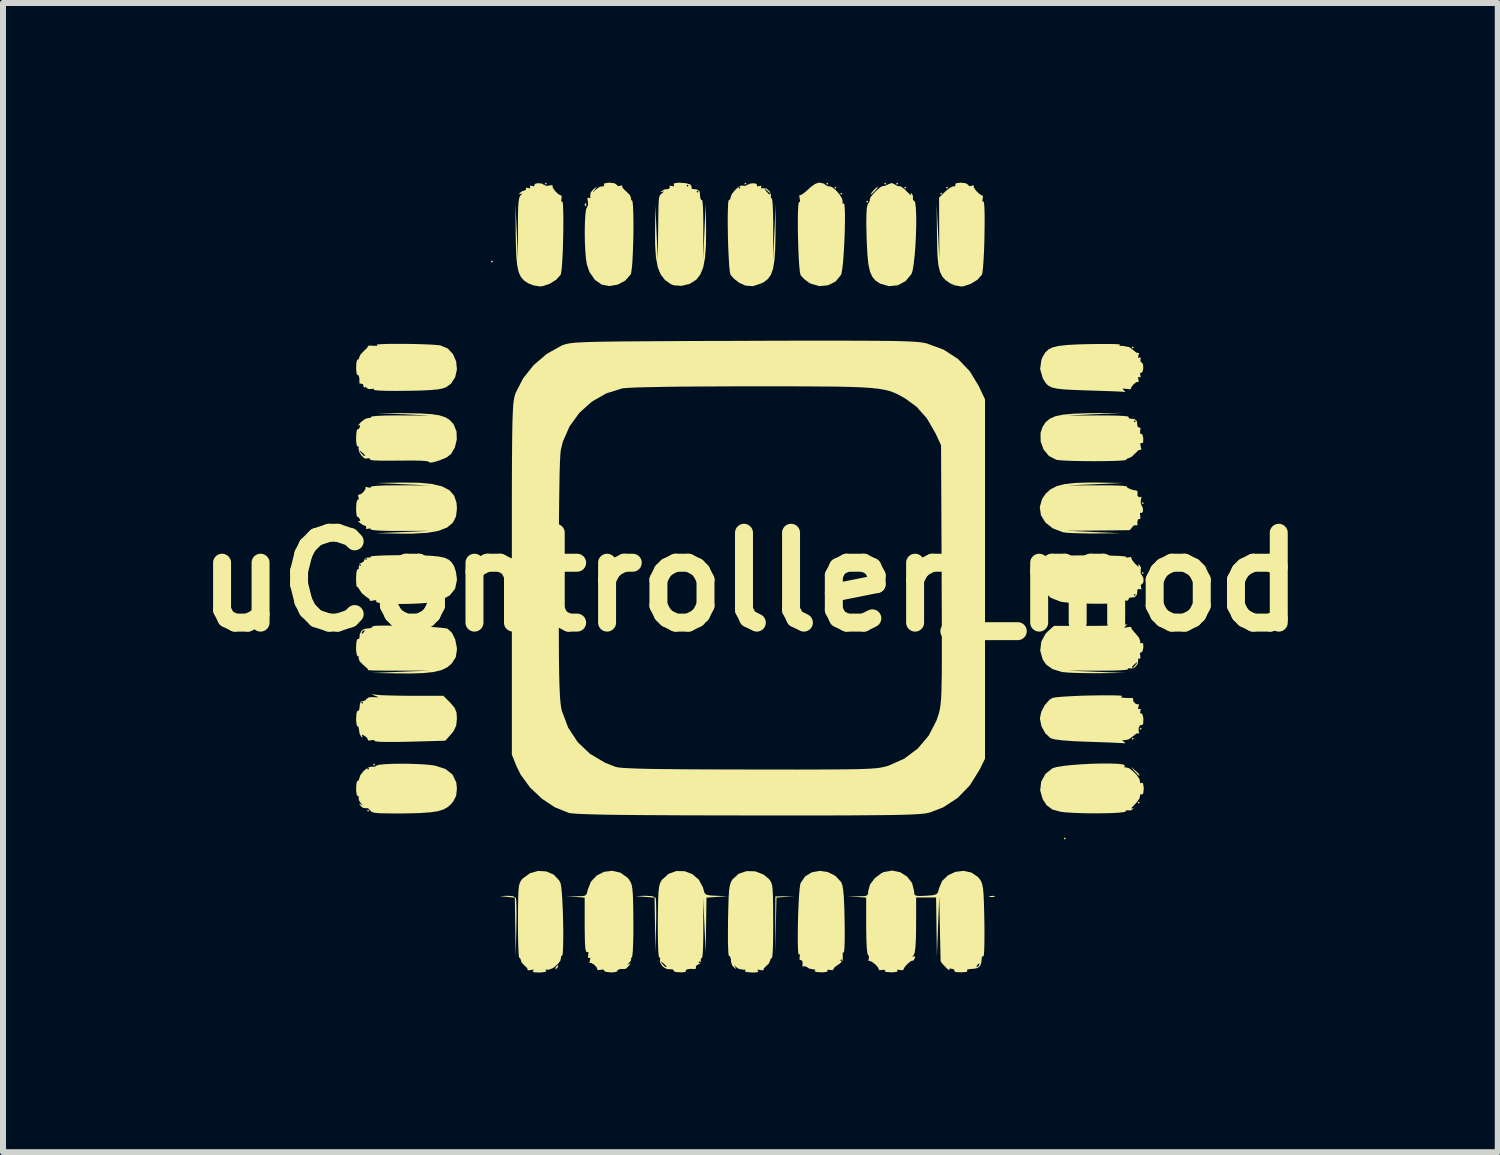
<source format=kicad_pcb>
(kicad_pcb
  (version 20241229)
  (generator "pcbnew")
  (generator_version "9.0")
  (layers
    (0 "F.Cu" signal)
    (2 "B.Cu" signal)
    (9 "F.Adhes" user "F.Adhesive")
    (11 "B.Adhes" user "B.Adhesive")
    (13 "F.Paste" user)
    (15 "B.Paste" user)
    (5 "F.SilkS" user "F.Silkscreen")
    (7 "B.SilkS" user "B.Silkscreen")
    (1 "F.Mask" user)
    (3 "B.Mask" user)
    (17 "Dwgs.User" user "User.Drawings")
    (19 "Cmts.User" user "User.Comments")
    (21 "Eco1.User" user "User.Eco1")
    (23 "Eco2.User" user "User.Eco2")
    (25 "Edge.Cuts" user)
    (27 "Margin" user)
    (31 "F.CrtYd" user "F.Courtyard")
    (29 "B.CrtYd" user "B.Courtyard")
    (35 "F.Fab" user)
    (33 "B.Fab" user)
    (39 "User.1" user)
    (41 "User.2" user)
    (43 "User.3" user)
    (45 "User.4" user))
  (footprint "uController_mod"
    (layer "F.Cu")
    (at 9.479 6.667)
    (property "Reference" "uController_mod" (at 0 0 0) (layer "F.SilkS") (effects (font (size 1.5 1.5) (thickness 0.3))))
    (attr board_only exclude_from_pos_files exclude_from_bom)
    (fp_poly (pts (xy -6.367 3.817) (xy -6.383 3.833) (xy -6.4 3.817) (xy -6.383 3.8)) (stroke (width 0) (type solid)) (fill yes) (layer "F.SilkS"))
    (fp_poly (pts (xy -6.267 3.05) (xy -6.283 3.067) (xy -6.3 3.05) (xy -6.283 3.033)) (stroke (width 0) (type solid)) (fill yes) (layer "F.SilkS"))
    (fp_poly (pts (xy -4.3 -5.35) (xy -4.317 -5.333) (xy -4.333 -5.35) (xy -4.317 -5.367)) (stroke (width 0) (type solid)) (fill yes) (layer "F.SilkS"))
    (fp_poly (pts (xy -3.4 -6.65) (xy -3.417 -6.633) (xy -3.433 -6.65) (xy -3.417 -6.667)) (stroke (width 0) (type solid)) (fill yes) (layer "F.SilkS"))
    (fp_poly (pts (xy -0.067 -6.65) (xy -0.083 -6.633) (xy -0.1 -6.65) (xy -0.083 -6.667)) (stroke (width 0) (type solid)) (fill yes) (layer "F.SilkS"))
    (fp_poly (pts (xy 1.3 -6.65) (xy 1.283 -6.633) (xy 1.267 -6.65) (xy 1.283 -6.667)) (stroke (width 0) (type solid)) (fill yes) (layer "F.SilkS"))
    (fp_poly (pts (xy 1.433 -6.583) (xy 1.417 -6.567) (xy 1.4 -6.583) (xy 1.417 -6.6)) (stroke (width 0) (type solid)) (fill yes) (layer "F.SilkS"))
    (fp_poly (pts (xy 1.533 -6.483) (xy 1.517 -6.467) (xy 1.5 -6.483) (xy 1.517 -6.5)) (stroke (width 0) (type solid)) (fill yes) (layer "F.SilkS"))
    (fp_poly (pts (xy 1.967 -6.35) (xy 1.95 -6.333) (xy 1.933 -6.35) (xy 1.95 -6.367)) (stroke (width 0) (type solid)) (fill yes) (layer "F.SilkS"))
    (fp_poly (pts (xy 2.267 -6.65) (xy 2.25 -6.633) (xy 2.233 -6.65) (xy 2.25 -6.667)) (stroke (width 0) (type solid)) (fill yes) (layer "F.SilkS"))
    (fp_poly (pts (xy 2.467 -6.65) (xy 2.45 -6.633) (xy 2.433 -6.65) (xy 2.45 -6.667)) (stroke (width 0) (type solid)) (fill yes) (layer "F.SilkS"))
    (fp_poly (pts (xy 2.6 -6.583) (xy 2.583 -6.567) (xy 2.567 -6.583) (xy 2.583 -6.6)) (stroke (width 0) (type solid)) (fill yes) (layer "F.SilkS"))
    (fp_poly (pts (xy 3.2 -6.483) (xy 3.183 -6.467) (xy 3.167 -6.483) (xy 3.183 -6.5)) (stroke (width 0) (type solid)) (fill yes) (layer "F.SilkS"))
    (fp_poly (pts (xy 3.3 -6.583) (xy 3.283 -6.567) (xy 3.267 -6.583) (xy 3.283 -6.6)) (stroke (width 0) (type solid)) (fill yes) (layer "F.SilkS"))
    (fp_poly (pts (xy 5.267 4.283) (xy 5.25 4.3) (xy 5.233 4.283) (xy 5.25 4.267)) (stroke (width 0) (type solid)) (fill yes) (layer "F.SilkS"))
    (fp_poly (pts (xy 6.4 -3.917) (xy 6.383 -3.9) (xy 6.367 -3.917) (xy 6.383 -3.933)) (stroke (width 0) (type solid)) (fill yes) (layer "F.SilkS"))
    (fp_poly (pts (xy 6.4 2.617) (xy 6.383 2.633) (xy 6.367 2.617) (xy 6.383 2.6)) (stroke (width 0) (type solid)) (fill yes) (layer "F.SilkS"))
    (fp_poly (pts (xy 6.5 3.683) (xy 6.483 3.7) (xy 6.467 3.683) (xy 6.483 3.667)) (stroke (width 0) (type solid)) (fill yes) (layer "F.SilkS"))
    (fp_poly (pts (xy 6.533 2.45) (xy 6.517 2.467) (xy 6.5 2.45) (xy 6.517 2.433)) (stroke (width 0) (type solid)) (fill yes) (layer "F.SilkS"))
    (fp_poly (pts (xy 6.567 -1.317) (xy 6.55 -1.3) (xy 6.533 -1.317) (xy 6.55 -1.333)) (stroke (width 0) (type solid)) (fill yes) (layer "F.SilkS"))
    (fp_poly (pts (xy 6.567 -0.15) (xy 6.55 -0.133) (xy 6.533 -0.15) (xy 6.55 -0.167)) (stroke (width 0) (type solid)) (fill yes) (layer "F.SilkS"))
    (fp_poly (pts (xy -2.744 -6.322) (xy -2.74 -6.283) (xy -2.744 -6.278) (xy -2.764 -6.282) (xy -2.767 -6.3) (xy -2.754 -6.327)) (stroke (width 0) (type solid)) (fill yes) (layer "F.SilkS"))
    (fp_poly (pts (xy 4.075 5.245) (xy 4.079 5.257) (xy 4.033 5.261) (xy 3.986 5.256) (xy 3.992 5.245) (xy 4.06 5.24)) (stroke (width 0) (type solid)) (fill yes) (layer "F.SilkS"))
    (fp_poly (pts (xy 6.425 3.147) (xy 6.488 3.206) (xy 6.497 3.232) (xy 6.488 3.233) (xy 6.461 3.211) (xy 6.413 3.158) (xy 6.35 3.083)) (stroke (width 0) (type solid)) (fill yes) (layer "F.SilkS"))
    (fp_poly (pts (xy -3.21 6.422) (xy -3.217 6.433) (xy -3.248 6.465) (xy -3.254 6.467) (xy -3.256 6.445) (xy -3.25 6.433) (xy -3.219 6.401) (xy -3.213 6.4)) (stroke (width 0) (type solid)) (fill yes) (layer "F.SilkS"))
    (fp_poly (pts (xy 0.584 5.257) (xy 0.435 5.27) (xy 0.425 5.727) (xy 0.414 6.183) (xy 0.415 5.717) (xy 0.417 5.25) (xy 0.575 5.247) (xy 0.734 5.244)) (stroke (width 0) (type solid)) (fill yes) (layer "F.SilkS"))
    (fp_poly (pts (xy 2.12 -6.579) (xy 2.083 -6.533) (xy 2.033 -6.484) (xy 2.006 -6.467) (xy 2.013 -6.487) (xy 2.05 -6.533) (xy 2.1 -6.583) (xy 2.127 -6.6)) (stroke (width 0) (type solid)) (fill yes) (layer "F.SilkS"))
    (fp_poly (pts (xy -3.963 5.246) (xy -3.916 5.275) (xy -3.915 5.277) (xy -3.909 5.324) (xy -3.906 5.425) (xy -3.905 5.566) (xy -3.907 5.733) (xy -3.908 5.785) (xy -3.919 6.25) (xy -3.926 5.76) (xy -3.933 5.271) (xy -4.058 5.258) (xy -4.183 5.245) (xy -4.057 5.239)) (stroke (width 0) (type solid)) (fill yes) (layer "F.SilkS"))
    (fp_poly (pts (xy -1.641 5.245) (xy -1.584 5.271) (xy -1.581 5.277) (xy -1.576 5.325) (xy -1.573 5.426) (xy -1.572 5.565) (xy -1.575 5.729) (xy -1.575 5.752) (xy -1.586 6.183) (xy -1.593 5.727) (xy -1.6 5.27) (xy -1.758 5.258) (xy -1.917 5.245) (xy -1.757 5.239)) (stroke (width 0) (type solid)) (fill yes) (layer "F.SilkS"))
    (fp_poly (pts (xy 1.228 -6.651) (xy 1.251 -6.632) (xy 1.295 -6.606) (xy 1.309 -6.608) (xy 1.36 -6.595) (xy 1.426 -6.542) (xy 1.489 -6.47) (xy 1.532 -6.397) (xy 1.54 -6.35) (xy 1.539 -6.31) (xy 1.555 -6.322) (xy 1.568 -6.311) (xy 1.575 -6.245) (xy 1.579 -6.136) (xy 1.578 -5.996) (xy 1.575 -5.836) (xy 1.568 -5.668) (xy 1.559 -5.504) (xy 1.548 -5.355) (xy 1.535 -5.234) (xy 1.521 -5.152) (xy 1.513 -5.127) (xy 1.422 -5.017) (xy 1.297 -4.954) (xy 1.153 -4.94) (xy 1.008 -4.981) (xy 0.977 -4.998) (xy 0.897 -5.058) (xy 0.841 -5.119) (xy 0.838 -5.125) (xy 0.826 -5.176) (xy 0.816 -5.276) (xy 0.807 -5.412) (xy 0.8 -5.571) (xy 0.795 -5.743) (xy 0.792 -5.913) (xy 0.792 -6.07) (xy 0.795 -6.202) (xy 0.801 -6.296) (xy 0.81 -6.34) (xy 0.814 -6.342) (xy 0.83 -6.353) (xy 0.824 -6.398) (xy 0.815 -6.449) (xy 0.821 -6.457) (xy 0.854 -6.465) (xy 0.911 -6.508) (xy 0.916 -6.512) (xy 1.012 -6.597) (xy 1.077 -6.644) (xy 1.128 -6.664) (xy 1.163 -6.667)) (stroke (width 0) (type solid)) (fill yes) (layer "F.SilkS"))
    (fp_poly (pts (xy 2.412 -6.637) (xy 2.415 -6.635) (xy 2.466 -6.607) (xy 2.488 -6.61) (xy 2.52 -6.6) (xy 2.579 -6.553) (xy 2.608 -6.523) (xy 2.662 -6.47) (xy 2.686 -6.454) (xy 2.683 -6.463) (xy 2.674 -6.494) (xy 2.693 -6.487) (xy 2.716 -6.441) (xy 2.712 -6.416) (xy 2.715 -6.374) (xy 2.734 -6.367) (xy 2.751 -6.336) (xy 2.762 -6.251) (xy 2.768 -6.125) (xy 2.769 -5.97) (xy 2.764 -5.799) (xy 2.756 -5.624) (xy 2.743 -5.458) (xy 2.727 -5.313) (xy 2.709 -5.203) (xy 2.689 -5.142) (xy 2.592 -5.024) (xy 2.462 -4.954) (xy 2.314 -4.939) (xy 2.166 -4.982) (xy 2.159 -4.986) (xy 2.088 -5.033) (xy 2.035 -5.096) (xy 1.996 -5.183) (xy 1.97 -5.304) (xy 1.953 -5.47) (xy 1.942 -5.69) (xy 1.94 -5.758) (xy 1.935 -5.978) (xy 1.937 -6.137) (xy 1.944 -6.244) (xy 1.958 -6.304) (xy 1.965 -6.315) (xy 1.994 -6.368) (xy 1.993 -6.39) (xy 2.007 -6.425) (xy 2.053 -6.482) (xy 2.114 -6.544) (xy 2.172 -6.593) (xy 2.209 -6.612) (xy 2.212 -6.61) (xy 2.248 -6.614) (xy 2.294 -6.637) (xy 2.357 -6.662)) (stroke (width 0) (type solid)) (fill yes) (layer "F.SilkS"))
    (fp_poly (pts (xy 3.593 -6.658) (xy 3.632 -6.635) (xy 3.633 -6.63) (xy 3.658 -6.608) (xy 3.691 -6.615) (xy 3.729 -6.624) (xy 3.727 -6.616) (xy 3.733 -6.582) (xy 3.771 -6.529) (xy 3.822 -6.48) (xy 3.864 -6.455) (xy 3.872 -6.456) (xy 3.883 -6.438) (xy 3.877 -6.392) (xy 3.873 -6.347) (xy 3.889 -6.355) (xy 3.899 -6.34) (xy 3.906 -6.27) (xy 3.91 -6.158) (xy 3.911 -6.014) (xy 3.909 -5.85) (xy 3.906 -5.68) (xy 3.9 -5.513) (xy 3.892 -5.363) (xy 3.883 -5.24) (xy 3.873 -5.157) (xy 3.865 -5.13) (xy 3.791 -5.047) (xy 3.68 -4.978) (xy 3.561 -4.938) (xy 3.517 -4.934) (xy 3.412 -4.953) (xy 3.329 -4.989) (xy 3.256 -5.042) (xy 3.202 -5.102) (xy 3.164 -5.181) (xy 3.139 -5.289) (xy 3.124 -5.437) (xy 3.117 -5.634) (xy 3.115 -5.783) (xy 3.11 -6.317) (xy 3.132 -5.85) (xy 3.155 -5.383) (xy 3.152 -5.9) (xy 3.15 -6.417) (xy 3.253 -6.519) (xy 3.325 -6.578) (xy 3.384 -6.606) (xy 3.399 -6.606) (xy 3.426 -6.611) (xy 3.419 -6.629) (xy 3.429 -6.656) (xy 3.502 -6.667) (xy 3.515 -6.667)) (stroke (width 0) (type solid)) (fill yes) (layer "F.SilkS"))
    (fp_poly (pts (xy 6.013 3.031) (xy 6.136 3.036) (xy 6.22 3.046) (xy 6.251 3.063) (xy 6.25 3.067) (xy 6.245 3.097) (xy 6.266 3.095) (xy 6.317 3.107) (xy 6.385 3.157) (xy 6.451 3.224) (xy 6.496 3.291) (xy 6.504 3.33) (xy 6.507 3.361) (xy 6.528 3.353) (xy 6.555 3.36) (xy 6.566 3.426) (xy 6.567 3.45) (xy 6.559 3.532) (xy 6.534 3.55) (xy 6.529 3.547) (xy 6.503 3.548) (xy 6.506 3.569) (xy 6.494 3.618) (xy 6.443 3.687) (xy 6.419 3.712) (xy 6.368 3.764) (xy 6.354 3.786) (xy 6.363 3.783) (xy 6.394 3.774) (xy 6.387 3.793) (xy 6.341 3.816) (xy 6.316 3.812) (xy 6.273 3.814) (xy 6.267 3.83) (xy 6.236 3.842) (xy 6.151 3.852) (xy 6.026 3.859) (xy 5.873 3.862) (xy 5.706 3.863) (xy 5.538 3.86) (xy 5.382 3.854) (xy 5.25 3.845) (xy 5.178 3.836) (xy 5.041 3.798) (xy 4.946 3.727) (xy 4.881 3.629) (xy 4.838 3.48) (xy 4.855 3.333) (xy 4.927 3.203) (xy 5.042 3.111) (xy 5.109 3.09) (xy 5.22 3.072) (xy 5.362 3.056) (xy 5.525 3.044) (xy 5.696 3.035) (xy 5.862 3.031)) (stroke (width 0) (type solid)) (fill yes) (layer "F.SilkS"))
    (fp_poly (pts (xy -3.407 4.833) (xy -3.284 4.886) (xy -3.193 4.982) (xy -3.171 5.027) (xy -3.159 5.086) (xy -3.148 5.192) (xy -3.139 5.332) (xy -3.132 5.495) (xy -3.127 5.666) (xy -3.124 5.836) (xy -3.125 5.99) (xy -3.128 6.118) (xy -3.134 6.206) (xy -3.143 6.242) (xy -3.146 6.242) (xy -3.164 6.249) (xy -3.161 6.267) (xy -3.173 6.323) (xy -3.224 6.389) (xy -3.295 6.445) (xy -3.364 6.473) (xy -3.383 6.473) (xy -3.424 6.472) (xy -3.412 6.489) (xy -3.415 6.507) (xy -3.476 6.518) (xy -3.522 6.52) (xy -3.612 6.517) (xy -3.637 6.503) (xy -3.627 6.492) (xy -3.612 6.473) (xy -3.658 6.477) (xy -3.662 6.478) (xy -3.713 6.484) (xy -3.72 6.476) (xy -3.728 6.445) (xy -3.767 6.409) (xy -3.819 6.354) (xy -3.833 6.313) (xy -3.846 6.277) (xy -3.858 6.278) (xy -3.866 6.251) (xy -3.872 6.168) (xy -3.877 6.038) (xy -3.88 5.871) (xy -3.881 5.677) (xy -3.881 5.663) (xy -3.88 5.443) (xy -3.877 5.28) (xy -3.873 5.163) (xy -3.865 5.083) (xy -3.853 5.029) (xy -3.834 4.992) (xy -3.81 4.96) (xy -3.8 4.95) (xy -3.681 4.863) (xy -3.544 4.824)) (stroke (width 0) (type solid)) (fill yes) (layer "F.SilkS"))
    (fp_poly (pts (xy -5.765 -3.976) (xy -5.605 -3.973) (xy -5.453 -3.969) (xy -5.32 -3.963) (xy -5.219 -3.955) (xy -5.177 -3.95) (xy -5.054 -3.899) (xy -4.965 -3.804) (xy -4.913 -3.683) (xy -4.9 -3.55) (xy -4.928 -3.421) (xy -4.999 -3.311) (xy -5.079 -3.253) (xy -5.136 -3.232) (xy -5.218 -3.216) (xy -5.335 -3.205) (xy -5.497 -3.197) (xy -5.715 -3.192) (xy -5.755 -3.192) (xy -5.939 -3.19) (xy -6.093 -3.192) (xy -6.209 -3.197) (xy -6.277 -3.204) (xy -6.289 -3.211) (xy -6.282 -3.227) (xy -6.325 -3.223) (xy -6.383 -3.222) (xy -6.4 -3.238) (xy -6.421 -3.255) (xy -6.434 -3.249) (xy -6.459 -3.254) (xy -6.459 -3.273) (xy -6.474 -3.307) (xy -6.492 -3.308) (xy -6.527 -3.316) (xy -6.529 -3.325) (xy -6.528 -3.394) (xy -6.54 -3.446) (xy -6.558 -3.455) (xy -6.573 -3.475) (xy -6.582 -3.543) (xy -6.583 -3.583) (xy -6.578 -3.667) (xy -6.565 -3.71) (xy -6.558 -3.712) (xy -6.536 -3.724) (xy -6.533 -3.746) (xy -6.509 -3.8) (xy -6.451 -3.86) (xy -6.399 -3.909) (xy -6.384 -3.939) (xy -6.384 -3.94) (xy -6.366 -3.947) (xy -6.302 -3.945) (xy -6.291 -3.944) (xy -6.229 -3.942) (xy -6.23 -3.953) (xy -6.241 -3.958) (xy -6.23 -3.966) (xy -6.164 -3.971) (xy -6.057 -3.975) (xy -5.92 -3.976)) (stroke (width 0) (type solid)) (fill yes) (layer "F.SilkS"))
    (fp_poly (pts (xy -2.274 -6.658) (xy -2.235 -6.635) (xy -2.233 -6.63) (xy -2.209 -6.608) (xy -2.176 -6.615) (xy -2.139 -6.623) (xy -2.142 -6.613) (xy -2.134 -6.581) (xy -2.085 -6.53) (xy -2.072 -6.52) (xy -2.013 -6.461) (xy -1.992 -6.41) (xy -1.993 -6.404) (xy -1.992 -6.373) (xy -1.979 -6.375) (xy -1.968 -6.352) (xy -1.96 -6.275) (xy -1.955 -6.155) (xy -1.953 -6.005) (xy -1.953 -5.837) (xy -1.957 -5.664) (xy -1.963 -5.496) (xy -1.97 -5.347) (xy -1.981 -5.229) (xy -1.992 -5.153) (xy -1.998 -5.137) (xy -2.089 -5.032) (xy -2.218 -4.964) (xy -2.361 -4.941) (xy -2.483 -4.965) (xy -2.598 -5.046) (xy -2.687 -5.176) (xy -2.73 -5.3) (xy -2.746 -5.4) (xy -2.757 -5.534) (xy -2.764 -5.689) (xy -2.766 -5.849) (xy -2.763 -6.001) (xy -2.756 -6.128) (xy -2.745 -6.217) (xy -2.731 -6.252) (xy -2.71 -6.297) (xy -2.715 -6.356) (xy -2.722 -6.413) (xy -2.699 -6.416) (xy -2.696 -6.414) (xy -2.669 -6.411) (xy -2.675 -6.441) (xy -2.667 -6.503) (xy -2.623 -6.555) (xy -2.573 -6.596) (xy -2.569 -6.592) (xy -2.6 -6.548) (xy -2.631 -6.505) (xy -2.622 -6.509) (xy -2.582 -6.551) (xy -2.519 -6.597) (xy -2.469 -6.606) (xy -2.441 -6.61) (xy -2.447 -6.629) (xy -2.438 -6.656) (xy -2.365 -6.667) (xy -2.352 -6.667)) (stroke (width 0) (type solid)) (fill yes) (layer "F.SilkS"))
    (fp_poly (pts (xy 0.08 4.831) (xy 0.216 4.883) (xy 0.3 4.95) (xy 0.327 4.981) (xy 0.347 5.016) (xy 0.362 5.063) (xy 0.371 5.134) (xy 0.376 5.238) (xy 0.379 5.386) (xy 0.38 5.586) (xy 0.381 5.663) (xy 0.38 5.859) (xy 0.378 6.028) (xy 0.373 6.161) (xy 0.366 6.248) (xy 0.359 6.278) (xy 0.358 6.278) (xy 0.337 6.29) (xy 0.333 6.313) (xy 0.308 6.369) (xy 0.267 6.409) (xy 0.224 6.451) (xy 0.22 6.476) (xy 0.209 6.485) (xy 0.162 6.478) (xy 0.113 6.472) (xy 0.125 6.491) (xy 0.127 6.492) (xy 0.131 6.512) (xy 0.072 6.52) (xy 0.022 6.52) (xy -0.06 6.513) (xy -0.094 6.499) (xy -0.088 6.49) (xy -0.08 6.472) (xy -0.117 6.474) (xy -0.193 6.46) (xy -0.233 6.433) (xy -0.267 6.399) (xy -0.262 6.415) (xy -0.252 6.432) (xy -0.234 6.465) (xy -0.258 6.449) (xy -0.268 6.44) (xy -0.305 6.401) (xy -0.321 6.353) (xy -0.329 6.281) (xy -0.345 6.244) (xy -0.358 6.245) (xy -0.366 6.218) (xy -0.371 6.135) (xy -0.375 6.006) (xy -0.375 5.841) (xy -0.374 5.658) (xy -0.369 5.44) (xy -0.364 5.278) (xy -0.357 5.162) (xy -0.346 5.081) (xy -0.33 5.024) (xy -0.309 4.981) (xy -0.297 4.963) (xy -0.195 4.871) (xy -0.063 4.827)) (stroke (width 0) (type solid)) (fill yes) (layer "F.SilkS"))
    (fp_poly (pts (xy -6.237 1.884) (xy -6.164 1.89) (xy -6.04 1.894) (xy -5.879 1.898) (xy -5.698 1.9) (xy -5.626 1.9) (xy -5.127 1.9) (xy -5.013 2.013) (xy -4.94 2.098) (xy -4.907 2.178) (xy -4.9 2.279) (xy -4.912 2.398) (xy -4.956 2.49) (xy -4.997 2.541) (xy -5.094 2.65) (xy -5.694 2.667) (xy -5.902 2.671) (xy -6.072 2.671) (xy -6.194 2.668) (xy -6.263 2.66) (xy -6.275 2.653) (xy -6.286 2.637) (xy -6.328 2.642) (xy -6.378 2.648) (xy -6.386 2.637) (xy -6.399 2.604) (xy -6.439 2.571) (xy -6.485 2.547) (xy -6.486 2.563) (xy -6.482 2.569) (xy -6.475 2.595) (xy -6.495 2.587) (xy -6.524 2.538) (xy -6.533 2.479) (xy -6.542 2.423) (xy -6.558 2.412) (xy -6.573 2.392) (xy -6.582 2.324) (xy -6.583 2.283) (xy -6.578 2.2) (xy -6.565 2.157) (xy -6.558 2.155) (xy -6.535 2.143) (xy -6.529 2.119) (xy -6.519 2.032) (xy -6.512 2.017) (xy -6.5 2.017) (xy -6.483 2.033) (xy -6.467 2.017) (xy -6.483 2) (xy -6.5 2.017) (xy -6.512 2.017) (xy -6.502 1.995) (xy -6.473 1.992) (xy -6.426 1.974) (xy -6.414 1.956) (xy -6.369 1.925) (xy -6.29 1.922) (xy -6.222 1.927) (xy -6.215 1.921) (xy -6.267 1.9) (xy -6.267 1.9) (xy -6.314 1.88) (xy -6.305 1.875)) (stroke (width 0) (type solid)) (fill yes) (layer "F.SilkS"))
    (fp_poly (pts (xy -5.663 3.036) (xy -5.502 3.042) (xy -5.36 3.053) (xy -5.263 3.067) (xy -5.091 3.122) (xy -4.973 3.216) (xy -4.911 3.347) (xy -4.9 3.45) (xy -4.913 3.57) (xy -4.962 3.665) (xy -4.994 3.704) (xy -5.051 3.757) (xy -5.123 3.798) (xy -5.217 3.827) (xy -5.345 3.846) (xy -5.514 3.858) (xy -5.736 3.864) (xy -5.871 3.865) (xy -6.057 3.864) (xy -6.187 3.861) (xy -6.271 3.854) (xy -6.319 3.841) (xy -6.343 3.822) (xy -6.347 3.813) (xy -6.387 3.776) (xy -6.415 3.778) (xy -6.471 3.77) (xy -6.506 3.74) (xy -6.533 3.701) (xy -6.514 3.707) (xy -6.498 3.717) (xy -6.469 3.733) (xy -6.489 3.711) (xy -6.501 3.699) (xy -6.538 3.641) (xy -6.54 3.603) (xy -6.542 3.573) (xy -6.554 3.576) (xy -6.572 3.557) (xy -6.582 3.491) (xy -6.583 3.45) (xy -6.578 3.367) (xy -6.565 3.323) (xy -6.558 3.322) (xy -6.537 3.31) (xy -6.533 3.287) (xy -6.511 3.222) (xy -6.456 3.154) (xy -6.409 3.117) (xy -6.4 3.117) (xy -6.383 3.133) (xy -6.367 3.117) (xy -6.383 3.1) (xy -6.4 3.117) (xy -6.409 3.117) (xy -6.389 3.101) (xy -6.331 3.083) (xy -6.324 3.085) (xy -6.268 3.084) (xy -6.251 3.069) (xy -6.21 3.054) (xy -6.116 3.043) (xy -5.984 3.036) (xy -5.828 3.034)) (stroke (width 0) (type solid)) (fill yes) (layer "F.SilkS"))
    (fp_poly (pts (xy -5.538 -1.657) (xy -5.314 -1.636) (xy -5.144 -1.595) (xy -5.023 -1.53) (xy -4.946 -1.441) (xy -4.907 -1.324) (xy -4.9 -1.226) (xy -4.916 -1.093) (xy -4.969 -0.989) (xy -5.063 -0.91) (xy -5.203 -0.855) (xy -5.395 -0.821) (xy -5.643 -0.807) (xy -5.843 -0.807) (xy -6.25 -0.814) (xy -5.8 -0.834) (xy -5.35 -0.855) (xy -5.855 -0.852) (xy -6.045 -0.853) (xy -6.194 -0.858) (xy -6.295 -0.866) (xy -6.34 -0.877) (xy -6.341 -0.881) (xy -6.35 -0.896) (xy -6.38 -0.889) (xy -6.418 -0.884) (xy -6.416 -0.9) (xy -6.416 -0.931) (xy -6.425 -0.933) (xy -6.471 -0.952) (xy -6.519 -0.986) (xy -6.553 -1.017) (xy -6.542 -1.017) (xy -6.515 -1.019) (xy -6.521 -1.048) (xy -6.548 -1.086) (xy -6.562 -1.086) (xy -6.574 -1.108) (xy -6.582 -1.178) (xy -6.583 -1.233) (xy -6.578 -1.323) (xy -6.563 -1.371) (xy -6.553 -1.375) (xy -6.537 -1.383) (xy -6.544 -1.413) (xy -6.551 -1.454) (xy -6.541 -1.457) (xy -6.503 -1.467) (xy -6.457 -1.508) (xy -6.426 -1.555) (xy -6.427 -1.582) (xy -6.419 -1.59) (xy -6.385 -1.579) (xy -6.343 -1.572) (xy -6.341 -1.586) (xy -6.317 -1.597) (xy -6.234 -1.606) (xy -6.1 -1.612) (xy -5.924 -1.614) (xy -5.855 -1.614) (xy -5.35 -1.612) (xy -5.8 -1.632) (xy -6.25 -1.653) (xy -5.822 -1.66)) (stroke (width 0) (type solid)) (fill yes) (layer "F.SilkS"))
    (fp_poly (pts (xy 5.794 -1.66) (xy 6.217 -1.653) (xy 5.75 -1.632) (xy 5.283 -1.612) (xy 5.789 -1.614) (xy 5.962 -1.614) (xy 6.108 -1.611) (xy 6.216 -1.606) (xy 6.274 -1.599) (xy 6.281 -1.595) (xy 6.297 -1.573) (xy 6.351 -1.547) (xy 6.413 -1.531) (xy 6.442 -1.53) (xy 6.463 -1.51) (xy 6.463 -1.508) (xy 6.464 -1.438) (xy 6.49 -1.414) (xy 6.506 -1.42) (xy 6.53 -1.422) (xy 6.522 -1.385) (xy 6.516 -1.317) (xy 6.528 -1.287) (xy 6.552 -1.235) (xy 6.555 -1.181) (xy 6.538 -1.153) (xy 6.523 -1.157) (xy 6.503 -1.148) (xy 6.508 -1.105) (xy 6.512 -1.057) (xy 6.497 -1.052) (xy 6.469 -1.044) (xy 6.46 -0.989) (xy 6.464 -0.956) (xy 6.448 -0.943) (xy 6.436 -0.948) (xy 6.396 -0.941) (xy 6.374 -0.914) (xy 6.339 -0.871) (xy 6.322 -0.864) (xy 6.275 -0.865) (xy 6.234 -0.864) (xy 6.14 -0.863) (xy 6.003 -0.861) (xy 5.838 -0.86) (xy 5.767 -0.859) (xy 5.283 -0.855) (xy 5.733 -0.834) (xy 6.183 -0.814) (xy 5.75 -0.81) (xy 5.577 -0.811) (xy 5.42 -0.815) (xy 5.296 -0.821) (xy 5.22 -0.83) (xy 5.217 -0.831) (xy 5.048 -0.896) (xy 4.925 -0.994) (xy 4.851 -1.114) (xy 4.831 -1.248) (xy 4.869 -1.384) (xy 4.931 -1.476) (xy 5.011 -1.547) (xy 5.114 -1.6) (xy 5.25 -1.635) (xy 5.427 -1.654) (xy 5.657 -1.661)) (stroke (width 0) (type solid)) (fill yes) (layer "F.SilkS"))
    (fp_poly (pts (xy -5.522 -0.445) (xy -5.339 -0.438) (xy -5.203 -0.425) (xy -5.106 -0.405) (xy -5.038 -0.373) (xy -4.99 -0.33) (xy -4.953 -0.272) (xy -4.947 -0.261) (xy -4.916 -0.167) (xy -4.9 -0.052) (xy -4.9 -0.032) (xy -4.93 0.111) (xy -5.017 0.222) (xy -5.161 0.301) (xy -5.262 0.329) (xy -5.366 0.345) (xy -5.502 0.357) (xy -5.655 0.364) (xy -5.814 0.367) (xy -5.966 0.366) (xy -6.096 0.361) (xy -6.193 0.351) (xy -6.244 0.337) (xy -6.247 0.328) (xy -6.248 0.303) (xy -6.298 0.309) (xy -6.348 0.317) (xy -6.353 0.309) (xy -6.364 0.282) (xy -6.408 0.252) (xy -6.483 0.192) (xy -6.519 0.141) (xy -6.551 0.09) (xy -6.57 0.081) (xy -6.578 0.059) (xy -6.583 -0.011) (xy -6.584 -0.067) (xy -6.579 -0.156) (xy -6.566 -0.206) (xy -6.556 -0.21) (xy -6.538 -0.222) (xy -6.539 -0.254) (xy -6.533 -0.283) (xy -6.517 -0.267) (xy -6.5 -0.283) (xy -6.517 -0.3) (xy -6.532 -0.284) (xy -6.527 -0.306) (xy -6.5 -0.316) (xy -6.455 -0.343) (xy -6.449 -0.367) (xy -6.438 -0.383) (xy -6.433 -0.383) (xy -6.417 -0.367) (xy -6.4 -0.383) (xy -6.417 -0.4) (xy -6.433 -0.383) (xy -6.438 -0.383) (xy -6.423 -0.404) (xy -6.388 -0.406) (xy -6.345 -0.409) (xy -6.343 -0.423) (xy -6.317 -0.431) (xy -6.235 -0.438) (xy -6.106 -0.444) (xy -5.941 -0.447) (xy -5.763 -0.447)) (stroke (width 0) (type solid)) (fill yes) (layer "F.SilkS"))
    (fp_poly (pts (xy -3.48 -6.651) (xy -3.449 -6.631) (xy -3.405 -6.613) (xy -3.356 -6.619) (xy -3.308 -6.628) (xy -3.305 -6.619) (xy -3.299 -6.583) (xy -3.262 -6.529) (xy -3.212 -6.479) (xy -3.169 -6.455) (xy -3.161 -6.456) (xy -3.151 -6.438) (xy -3.156 -6.392) (xy -3.16 -6.347) (xy -3.145 -6.355) (xy -3.134 -6.34) (xy -3.128 -6.27) (xy -3.124 -6.158) (xy -3.123 -6.014) (xy -3.124 -5.85) (xy -3.128 -5.68) (xy -3.133 -5.513) (xy -3.141 -5.363) (xy -3.15 -5.24) (xy -3.161 -5.157) (xy -3.168 -5.13) (xy -3.242 -5.047) (xy -3.353 -4.978) (xy -3.473 -4.938) (xy -3.517 -4.935) (xy -3.622 -4.952) (xy -3.708 -4.986) (xy -3.778 -5.032) (xy -3.831 -5.091) (xy -3.869 -5.173) (xy -3.894 -5.288) (xy -3.909 -5.444) (xy -3.916 -5.652) (xy -3.918 -5.783) (xy -3.923 -6.317) (xy -3.901 -5.85) (xy -3.88 -5.383) (xy -3.881 -5.9) (xy -3.881 -6.105) (xy -3.878 -6.253) (xy -3.87 -6.354) (xy -3.858 -6.418) (xy -3.84 -6.454) (xy -3.833 -6.461) (xy -3.805 -6.489) (xy -3.83 -6.481) (xy -3.83 -6.481) (xy -3.861 -6.474) (xy -3.853 -6.495) (xy -3.802 -6.53) (xy -3.779 -6.533) (xy -3.746 -6.55) (xy -3.75 -6.566) (xy -3.744 -6.585) (xy -3.713 -6.577) (xy -3.674 -6.572) (xy -3.68 -6.594) (xy -3.681 -6.618) (xy -3.646 -6.611) (xy -3.608 -6.606) (xy -3.609 -6.621) (xy -3.596 -6.647) (xy -3.549 -6.659)) (stroke (width 0) (type solid)) (fill yes) (layer "F.SilkS"))
    (fp_poly (pts (xy -2.173 4.852) (xy -2.055 4.935) (xy -2.024 4.972) (xy -2 5.01) (xy -1.983 5.056) (xy -1.971 5.121) (xy -1.963 5.215) (xy -1.958 5.35) (xy -1.955 5.535) (xy -1.954 5.664) (xy -1.954 5.867) (xy -1.958 6.037) (xy -1.964 6.167) (xy -1.972 6.246) (xy -1.981 6.267) (xy -1.995 6.282) (xy -1.99 6.287) (xy -1.995 6.323) (xy -2.028 6.362) (xy -2.056 6.393) (xy -2.035 6.383) (xy -2.001 6.365) (xy -2.014 6.388) (xy -2.028 6.407) (xy -2.073 6.452) (xy -2.095 6.462) (xy -2.166 6.461) (xy -2.215 6.476) (xy -2.221 6.493) (xy -2.239 6.51) (xy -2.305 6.518) (xy -2.332 6.518) (xy -2.408 6.51) (xy -2.442 6.493) (xy -2.441 6.486) (xy -2.453 6.47) (xy -2.495 6.475) (xy -2.546 6.481) (xy -2.555 6.472) (xy -2.566 6.435) (xy -2.608 6.39) (xy -2.656 6.36) (xy -2.682 6.36) (xy -2.69 6.353) (xy -2.679 6.319) (xy -2.672 6.275) (xy -2.691 6.278) (xy -2.714 6.273) (xy -2.708 6.228) (xy -2.704 6.178) (xy -2.728 6.18) (xy -2.744 6.171) (xy -2.756 6.118) (xy -2.763 6.013) (xy -2.766 5.852) (xy -2.767 5.737) (xy -2.767 5.27) (xy -2.925 5.257) (xy -3.083 5.244) (xy -2.91 5.247) (xy -2.809 5.246) (xy -2.755 5.234) (xy -2.73 5.199) (xy -2.718 5.145) (xy -2.663 5.004) (xy -2.566 4.901) (xy -2.443 4.839) (xy -2.307 4.822)) (stroke (width 0) (type solid)) (fill yes) (layer "F.SilkS"))
    (fp_poly (pts (xy 1.292 4.843) (xy 1.418 4.906) (xy 1.514 5.009) (xy 1.534 5.057) (xy 1.549 5.14) (xy 1.56 5.265) (xy 1.568 5.441) (xy 1.573 5.655) (xy 1.575 5.839) (xy 1.574 5.993) (xy 1.57 6.109) (xy 1.563 6.177) (xy 1.556 6.189) (xy 1.54 6.186) (xy 1.542 6.239) (xy 1.543 6.242) (xy 1.541 6.317) (xy 1.494 6.371) (xy 1.464 6.39) (xy 1.404 6.434) (xy 1.384 6.468) (xy 1.385 6.47) (xy 1.37 6.482) (xy 1.325 6.477) (xy 1.28 6.473) (xy 1.288 6.489) (xy 1.285 6.506) (xy 1.225 6.516) (xy 1.183 6.517) (xy 1.106 6.512) (xy 1.073 6.5) (xy 1.078 6.492) (xy 1.084 6.473) (xy 1.044 6.467) (xy 0.976 6.453) (xy 0.95 6.433) (xy 0.909 6.414) (xy 0.897 6.419) (xy 0.87 6.419) (xy 0.87 6.411) (xy 0.871 6.343) (xy 0.854 6.317) (xy 1.5 6.317) (xy 1.517 6.333) (xy 1.533 6.317) (xy 1.517 6.3) (xy 1.5 6.317) (xy 0.854 6.317) (xy 0.85 6.312) (xy 0.836 6.315) (xy 0.819 6.303) (xy 0.823 6.258) (xy 0.827 6.213) (xy 0.811 6.222) (xy 0.801 6.207) (xy 0.795 6.137) (xy 0.791 6.025) (xy 0.791 5.882) (xy 0.793 5.72) (xy 0.797 5.551) (xy 0.804 5.387) (xy 0.812 5.239) (xy 0.822 5.121) (xy 0.833 5.044) (xy 0.838 5.027) (xy 0.913 4.916) (xy 1.024 4.848) (xy 1.155 4.823)) (stroke (width 0) (type solid)) (fill yes) (layer "F.SilkS"))
    (fp_poly (pts (xy 6.002 -3.974) (xy 6.111 -3.971) (xy 6.169 -3.965) (xy 6.174 -3.959) (xy 6.154 -3.944) (xy 6.199 -3.941) (xy 6.217 -3.942) (xy 6.328 -3.921) (xy 6.387 -3.876) (xy 6.442 -3.83) (xy 6.479 -3.824) (xy 6.48 -3.825) (xy 6.489 -3.819) (xy 6.479 -3.785) (xy 6.471 -3.742) (xy 6.494 -3.746) (xy 6.519 -3.748) (xy 6.513 -3.718) (xy 6.514 -3.675) (xy 6.53 -3.667) (xy 6.555 -3.638) (xy 6.56 -3.569) (xy 6.546 -3.507) (xy 6.522 -3.491) (xy 6.521 -3.491) (xy 6.503 -3.484) (xy 6.511 -3.454) (xy 6.516 -3.415) (xy 6.494 -3.42) (xy 6.469 -3.422) (xy 6.477 -3.387) (xy 6.485 -3.346) (xy 6.475 -3.343) (xy 6.439 -3.333) (xy 6.391 -3.294) (xy 6.357 -3.249) (xy 6.354 -3.224) (xy 6.337 -3.218) (xy 6.276 -3.224) (xy 6.218 -3.229) (xy 6.218 -3.215) (xy 6.233 -3.203) (xy 6.26 -3.177) (xy 6.25 -3.174) (xy 6.207 -3.177) (xy 6.109 -3.182) (xy 5.968 -3.187) (xy 5.794 -3.193) (xy 5.63 -3.198) (xy 5.405 -3.206) (xy 5.237 -3.215) (xy 5.115 -3.229) (xy 5.03 -3.249) (xy 4.972 -3.279) (xy 4.93 -3.322) (xy 4.894 -3.38) (xy 4.881 -3.404) (xy 4.837 -3.556) (xy 4.859 -3.71) (xy 4.884 -3.768) (xy 4.924 -3.833) (xy 4.975 -3.881) (xy 5.045 -3.917) (xy 5.146 -3.941) (xy 5.286 -3.957) (xy 5.475 -3.967) (xy 5.675 -3.972) (xy 5.854 -3.974)) (stroke (width 0) (type solid)) (fill yes) (layer "F.SilkS"))
    (fp_poly (pts (xy 6.027 1.892) (xy 6.138 1.895) (xy 6.2 1.9) (xy 6.207 1.906) (xy 6.184 1.923) (xy 6.222 1.933) (xy 6.25 1.935) (xy 6.33 1.938) (xy 6.377 1.936) (xy 6.392 1.951) (xy 6.389 1.958) (xy 6.395 1.997) (xy 6.432 2.034) (xy 6.473 2.046) (xy 6.482 2.041) (xy 6.49 2.048) (xy 6.479 2.081) (xy 6.471 2.125) (xy 6.494 2.12) (xy 6.518 2.119) (xy 6.511 2.154) (xy 6.506 2.193) (xy 6.521 2.191) (xy 6.544 2.206) (xy 6.56 2.271) (xy 6.561 2.288) (xy 6.559 2.361) (xy 6.543 2.388) (xy 6.538 2.386) (xy 6.504 2.393) (xy 6.482 2.438) (xy 6.482 2.495) (xy 6.489 2.511) (xy 6.494 2.532) (xy 6.484 2.526) (xy 6.445 2.53) (xy 6.389 2.574) (xy 6.387 2.576) (xy 6.315 2.628) (xy 6.25 2.641) (xy 6.207 2.638) (xy 6.223 2.657) (xy 6.233 2.664) (xy 6.26 2.69) (xy 6.25 2.693) (xy 6.207 2.69) (xy 6.109 2.685) (xy 5.968 2.679) (xy 5.795 2.673) (xy 5.65 2.668) (xy 5.401 2.658) (xy 5.208 2.644) (xy 5.077 2.627) (xy 5.009 2.607) (xy 4.923 2.526) (xy 4.859 2.408) (xy 4.833 2.28) (xy 4.833 2.277) (xy 4.857 2.166) (xy 4.916 2.054) (xy 4.994 1.966) (xy 5.045 1.935) (xy 5.103 1.925) (xy 5.215 1.915) (xy 5.368 1.906) (xy 5.55 1.898) (xy 5.694 1.895) (xy 5.875 1.892)) (stroke (width 0) (type solid)) (fill yes) (layer "F.SilkS"))
    (fp_poly (pts (xy -5.933 0.73) (xy -5.764 0.733) (xy -5.588 0.739) (xy -5.42 0.746) (xy -5.27 0.755) (xy -5.151 0.765) (xy -5.075 0.775) (xy -5.057 0.78) (xy -4.983 0.848) (xy -4.928 0.961) (xy -4.901 1.098) (xy -4.9 1.131) (xy -4.919 1.255) (xy -4.986 1.36) (xy -4.992 1.366) (xy -5.064 1.427) (xy -5.16 1.472) (xy -5.289 1.503) (xy -5.46 1.521) (xy -5.682 1.528) (xy -5.88 1.526) (xy -6.317 1.519) (xy -5.833 1.499) (xy -5.35 1.479) (xy -5.872 1.481) (xy -6.049 1.481) (xy -6.199 1.479) (xy -6.31 1.477) (xy -6.372 1.473) (xy -6.381 1.47) (xy -6.396 1.444) (xy -6.449 1.396) (xy -6.462 1.387) (xy -6.521 1.328) (xy -6.542 1.276) (xy -6.54 1.27) (xy -6.541 1.239) (xy -6.554 1.242) (xy -6.571 1.223) (xy -6.582 1.155) (xy -6.584 1.1) (xy -6.579 1.01) (xy -6.567 0.96) (xy -6.559 0.955) (xy -6.532 0.946) (xy -6.529 0.935) (xy -6.521 0.873) (xy -6.521 0.869) (xy -6.518 0.864) (xy -6.492 0.864) (xy -6.487 0.867) (xy -6.457 0.843) (xy -6.45 0.833) (xy -6.442 0.802) (xy -6.446 0.8) (xy -6.476 0.823) (xy -6.483 0.833) (xy -6.492 0.864) (xy -6.518 0.864) (xy -6.496 0.819) (xy -6.489 0.811) (xy -6.458 0.788) (xy -6.408 0.777) (xy -6.348 0.771) (xy -6.311 0.755) (xy -6.312 0.742) (xy -6.286 0.734) (xy -6.207 0.729) (xy -6.085 0.728)) (stroke (width 0) (type solid)) (fill yes) (layer "F.SilkS"))
    (fp_poly (pts (xy 5.75 -2.801) (xy 5.283 -2.779) (xy 5.805 -2.781) (xy 5.982 -2.78) (xy 6.131 -2.777) (xy 6.241 -2.771) (xy 6.303 -2.764) (xy 6.312 -2.758) (xy 6.321 -2.732) (xy 6.331 -2.729) (xy 6.398 -2.722) (xy 6.408 -2.721) (xy 6.45 -2.69) (xy 6.454 -2.675) (xy 6.461 -2.608) (xy 6.463 -2.598) (xy 6.487 -2.577) (xy 6.497 -2.581) (xy 6.513 -2.57) (xy 6.508 -2.528) (xy 6.505 -2.479) (xy 6.521 -2.476) (xy 6.545 -2.461) (xy 6.56 -2.4) (xy 6.56 -2.395) (xy 6.557 -2.326) (xy 6.531 -2.318) (xy 6.53 -2.318) (xy 6.508 -2.317) (xy 6.517 -2.263) (xy 6.527 -2.212) (xy 6.516 -2.207) (xy 6.481 -2.201) (xy 6.43 -2.153) (xy 6.426 -2.149) (xy 6.366 -2.091) (xy 6.312 -2.067) (xy 6.277 -2.054) (xy 6.278 -2.042) (xy 6.253 -2.033) (xy 6.174 -2.026) (xy 6.053 -2.021) (xy 5.903 -2.018) (xy 5.737 -2.017) (xy 5.567 -2.018) (xy 5.407 -2.021) (xy 5.267 -2.026) (xy 5.162 -2.033) (xy 5.106 -2.041) (xy 4.984 -2.104) (xy 4.895 -2.212) (xy 4.846 -2.346) (xy 4.844 -2.488) (xy 4.878 -2.59) (xy 4.929 -2.667) (xy 4.948 -2.683) (xy 6.4 -2.683) (xy 6.417 -2.667) (xy 6.433 -2.683) (xy 6.417 -2.7) (xy 6.4 -2.683) (xy 4.948 -2.683) (xy 4.997 -2.725) (xy 5.091 -2.767) (xy 5.22 -2.794) (xy 5.395 -2.81) (xy 5.625 -2.818) (xy 5.7 -2.819) (xy 6.217 -2.823)) (stroke (width 0) (type solid)) (fill yes) (layer "F.SilkS"))
    (fp_poly (pts (xy 6.277 0.724) (xy 6.267 0.733) (xy 6.24 0.76) (xy 6.269 0.761) (xy 6.295 0.755) (xy 6.348 0.748) (xy 6.356 0.755) (xy 6.367 0.786) (xy 6.414 0.843) (xy 6.431 0.861) (xy 6.487 0.929) (xy 6.509 0.987) (xy 6.507 0.996) (xy 6.51 1.026) (xy 6.53 1.019) (xy 6.557 1.025) (xy 6.561 1.091) (xy 6.56 1.095) (xy 6.546 1.159) (xy 6.523 1.177) (xy 6.521 1.176) (xy 6.503 1.186) (xy 6.508 1.228) (xy 6.512 1.278) (xy 6.493 1.279) (xy 6.471 1.282) (xy 6.475 1.304) (xy 6.468 1.366) (xy 6.423 1.422) (xy 6.362 1.446) (xy 6.341 1.442) (xy 6.306 1.439) (xy 6.308 1.453) (xy 6.284 1.464) (xy 6.2 1.473) (xy 6.066 1.479) (xy 5.888 1.481) (xy 5.805 1.481) (xy 5.283 1.479) (xy 5.767 1.499) (xy 6.25 1.519) (xy 5.783 1.523) (xy 5.603 1.522) (xy 5.437 1.518) (xy 5.301 1.512) (xy 5.212 1.504) (xy 5.2 1.502) (xy 5.046 1.455) (xy 4.983 1.411) (xy 6.373 1.411) (xy 6.373 1.433) (xy 6.379 1.433) (xy 6.407 1.411) (xy 6.438 1.375) (xy 6.466 1.336) (xy 6.449 1.344) (xy 6.425 1.362) (xy 6.373 1.411) (xy 4.983 1.411) (xy 4.94 1.38) (xy 4.88 1.294) (xy 4.839 1.147) (xy 4.856 0.997) (xy 4.928 0.864) (xy 4.965 0.825) (xy 5.068 0.733) (xy 5.631 0.733) (xy 5.822 0.732) (xy 5.993 0.729) (xy 6.131 0.724) (xy 6.224 0.718) (xy 6.256 0.714) (xy 6.296 0.704)) (stroke (width 0) (type solid)) (fill yes) (layer "F.SilkS"))
    (fp_poly (pts (xy -5.733 -2.818) (xy -5.5 -2.813) (xy -5.323 -2.802) (xy -5.191 -2.782) (xy -5.095 -2.751) (xy -5.023 -2.707) (xy -4.966 -2.646) (xy -4.952 -2.626) (xy -4.907 -2.513) (xy -4.902 -2.379) (xy -4.934 -2.247) (xy -4.997 -2.138) (xy -5.072 -2.079) (xy -5.194 -2.029) (xy -5.292 -1.999) (xy -5.353 -1.993) (xy -5.367 -2.005) (xy -5.399 -2.017) (xy -5.491 -2.025) (xy -5.635 -2.028) (xy -5.826 -2.027) (xy -5.864 -2.027) (xy -6.035 -2.025) (xy -6.179 -2.026) (xy -6.285 -2.03) (xy -6.34 -2.037) (xy -6.345 -2.042) (xy -6.355 -2.063) (xy -6.394 -2.066) (xy -6.413 -2.058) (xy -6.45 -2.068) (xy -6.497 -2.115) (xy -6.534 -2.174) (xy -6.538 -2.2) (xy -6.531 -2.2) (xy -6.523 -2.182) (xy -6.504 -2.158) (xy -6.456 -2.107) (xy -6.434 -2.107) (xy -6.433 -2.113) (xy -6.456 -2.14) (xy -6.492 -2.171) (xy -6.531 -2.2) (xy -6.538 -2.2) (xy -6.543 -2.224) (xy -6.542 -2.225) (xy -6.539 -2.26) (xy -6.553 -2.259) (xy -6.571 -2.277) (xy -6.582 -2.345) (xy -6.584 -2.4) (xy -6.579 -2.49) (xy -6.569 -2.541) (xy -6.562 -2.547) (xy -6.534 -2.561) (xy -6.521 -2.585) (xy -6.518 -2.62) (xy -6.542 -2.613) (xy -6.549 -2.617) (xy -6.515 -2.656) (xy -6.5 -2.672) (xy -6.432 -2.723) (xy -6.375 -2.739) (xy -6.37 -2.738) (xy -6.338 -2.739) (xy -6.341 -2.753) (xy -6.317 -2.764) (xy -6.234 -2.773) (xy -6.1 -2.779) (xy -5.924 -2.781) (xy -5.855 -2.781) (xy -5.35 -2.779) (xy -5.8 -2.801) (xy -6.25 -2.823)) (stroke (width 0) (type solid)) (fill yes) (layer "F.SilkS"))
    (fp_poly (pts (xy 5.849 -0.444) (xy 6.012 -0.44) (xy 6.145 -0.436) (xy 6.236 -0.429) (xy 6.274 -0.421) (xy 6.275 -0.419) (xy 6.283 -0.404) (xy 6.313 -0.411) (xy 6.354 -0.418) (xy 6.358 -0.408) (xy 6.371 -0.37) (xy 6.418 -0.31) (xy 6.428 -0.3) (xy 6.474 -0.258) (xy 6.487 -0.256) (xy 6.483 -0.263) (xy 6.474 -0.294) (xy 6.496 -0.286) (xy 6.521 -0.238) (xy 6.517 -0.2) (xy 6.516 -0.14) (xy 6.532 -0.118) (xy 6.559 -0.075) (xy 6.565 -0.016) (xy 6.549 0.028) (xy 6.534 0.033) (xy 6.517 0.058) (xy 6.523 0.089) (xy 6.528 0.126) (xy 6.506 0.12) (xy 6.469 0.118) (xy 6.463 0.131) (xy 6.455 0.198) (xy 6.454 0.208) (xy 6.423 0.25) (xy 6.408 0.254) (xy 6.341 0.261) (xy 6.331 0.263) (xy 6.31 0.286) (xy 6.314 0.295) (xy 6.299 0.311) (xy 6.241 0.309) (xy 6.183 0.304) (xy 6.184 0.318) (xy 6.2 0.33) (xy 6.19 0.343) (xy 6.125 0.353) (xy 6.018 0.36) (xy 5.882 0.363) (xy 5.729 0.363) (xy 5.572 0.36) (xy 5.422 0.354) (xy 5.292 0.344) (xy 5.195 0.332) (xy 5.178 0.328) (xy 5.016 0.265) (xy 4.964 0.217) (xy 6.4 0.217) (xy 6.417 0.233) (xy 6.433 0.217) (xy 6.417 0.2) (xy 6.4 0.217) (xy 4.964 0.217) (xy 4.904 0.161) (xy 4.846 0.023) (xy 4.847 -0.143) (xy 4.847 -0.148) (xy 4.888 -0.246) (xy 4.963 -0.34) (xy 5.052 -0.41) (xy 5.128 -0.436) (xy 5.296 -0.441) (xy 5.48 -0.444) (xy 5.668 -0.445)) (stroke (width 0) (type solid)) (fill yes) (layer "F.SilkS"))
    (fp_poly (pts (xy 0.104 -6.646) (xy 0.109 -6.621) (xy 0.116 -6.603) (xy 0.146 -6.611) (xy 0.185 -6.616) (xy 0.18 -6.594) (xy 0.178 -6.569) (xy 0.208 -6.575) (xy 0.269 -6.569) (xy 0.322 -6.522) (xy 0.345 -6.459) (xy 0.341 -6.437) (xy 0.342 -6.406) (xy 0.354 -6.409) (xy 0.364 -6.384) (xy 0.372 -6.302) (xy 0.378 -6.175) (xy 0.381 -6.01) (xy 0.381 -5.905) (xy 0.379 -5.383) (xy 0.401 -5.85) (xy 0.423 -6.317) (xy 0.419 -5.8) (xy 0.414 -5.556) (xy 0.401 -5.37) (xy 0.378 -5.231) (xy 0.343 -5.13) (xy 0.291 -5.058) (xy 0.222 -5.005) (xy 0.184 -4.986) (xy 0.042 -4.939) (xy -0.085 -4.949) (xy -0.19 -4.998) (xy -0.271 -5.06) (xy -0.329 -5.125) (xy -0.332 -5.131) (xy -0.344 -5.182) (xy -0.354 -5.281) (xy -0.362 -5.417) (xy -0.37 -5.578) (xy -0.375 -5.75) (xy -0.378 -5.924) (xy -0.379 -6.085) (xy -0.376 -6.221) (xy -0.372 -6.322) (xy -0.363 -6.374) (xy -0.358 -6.378) (xy -0.337 -6.39) (xy -0.333 -6.413) (xy -0.313 -6.472) (xy -0.262 -6.538) (xy -0.232 -6.566) (xy 0.236 -6.566) (xy 0.244 -6.549) (xy 0.262 -6.525) (xy 0.311 -6.473) (xy 0.333 -6.473) (xy 0.333 -6.479) (xy 0.311 -6.507) (xy 0.275 -6.538) (xy 0.236 -6.566) (xy -0.232 -6.566) (xy -0.213 -6.583) (xy -0.2 -6.583) (xy -0.183 -6.567) (xy -0.167 -6.583) (xy -0.183 -6.6) (xy -0.2 -6.583) (xy -0.213 -6.583) (xy -0.202 -6.594) (xy -0.149 -6.62) (xy -0.134 -6.617) (xy -0.079 -6.615) (xy -0.055 -6.629) (xy -0.003 -6.652) (xy 0.059 -6.657)) (stroke (width 0) (type solid)) (fill yes) (layer "F.SilkS"))
    (fp_poly (pts (xy -1.098 4.829) (xy -0.969 4.878) (xy -0.862 4.97) (xy -0.792 5.1) (xy -0.783 5.135) (xy -0.766 5.191) (xy -0.736 5.221) (xy -0.673 5.234) (xy -0.572 5.239) (xy -0.383 5.246) (xy -0.558 5.258) (xy -0.733 5.27) (xy -0.74 5.727) (xy -0.747 6.183) (xy -0.768 5.733) (xy -0.788 5.283) (xy -0.786 5.789) (xy -0.787 5.962) (xy -0.791 6.107) (xy -0.797 6.214) (xy -0.805 6.271) (xy -0.811 6.277) (xy -0.828 6.289) (xy -0.827 6.321) (xy -0.834 6.349) (xy -0.85 6.333) (xy -0.867 6.35) (xy -0.85 6.367) (xy -0.835 6.351) (xy -0.84 6.373) (xy -0.867 6.384) (xy -0.906 6.407) (xy -0.908 6.427) (xy -0.916 6.461) (xy -0.925 6.463) (xy -0.996 6.459) (xy -1.056 6.467) (xy -1.084 6.483) (xy -1.077 6.493) (xy -1.08 6.509) (xy -1.136 6.517) (xy -1.166 6.518) (xy -1.243 6.512) (xy -1.279 6.498) (xy -1.279 6.492) (xy -1.291 6.47) (xy -1.315 6.467) (xy -1.389 6.463) (xy -1.436 6.442) (xy -1.473 6.411) (xy -1.509 6.35) (xy -1.509 6.334) (xy -1.498 6.334) (xy -1.49 6.351) (xy -1.471 6.375) (xy -1.422 6.427) (xy -1.401 6.427) (xy -1.4 6.421) (xy -1.423 6.393) (xy -1.458 6.362) (xy -1.498 6.334) (xy -1.509 6.334) (xy -1.509 6.308) (xy -1.506 6.273) (xy -1.519 6.275) (xy -1.53 6.25) (xy -1.538 6.165) (xy -1.543 6.027) (xy -1.546 5.844) (xy -1.546 5.677) (xy -1.543 5.456) (xy -1.54 5.292) (xy -1.534 5.174) (xy -1.525 5.092) (xy -1.511 5.036) (xy -1.491 4.994) (xy -1.476 4.972) (xy -1.366 4.872) (xy -1.236 4.826)) (stroke (width 0) (type solid)) (fill yes) (layer "F.SilkS"))
    (fp_poly (pts (xy -1.073 -6.658) (xy -1.001 -6.636) (xy -0.982 -6.603) (xy -0.985 -6.597) (xy -0.979 -6.566) (xy -0.969 -6.562) (xy -0.902 -6.555) (xy -0.892 -6.554) (xy -0.85 -6.523) (xy -0.846 -6.508) (xy -0.839 -6.437) (xy -0.838 -6.415) (xy -0.821 -6.378) (xy -0.808 -6.378) (xy -0.8 -6.352) (xy -0.793 -6.271) (xy -0.788 -6.145) (xy -0.786 -5.985) (xy -0.786 -5.889) (xy -0.788 -5.383) (xy -0.768 -5.85) (xy -0.747 -6.317) (xy -0.74 -5.894) (xy -0.742 -5.627) (xy -0.757 -5.417) (xy -0.787 -5.256) (xy -0.835 -5.136) (xy -0.901 -5.049) (xy -0.902 -5.048) (xy -1.015 -4.977) (xy -1.151 -4.944) (xy -1.282 -4.954) (xy -1.33 -4.974) (xy -1.425 -5.041) (xy -1.496 -5.131) (xy -1.546 -5.253) (xy -1.577 -5.417) (xy -1.591 -5.63) (xy -1.592 -5.867) (xy -1.586 -6.283) (xy -1.567 -5.833) (xy -1.547 -5.383) (xy -1.54 -5.892) (xy -1.538 -6.095) (xy -1.535 -6.241) (xy -1.532 -6.341) (xy -1.526 -6.405) (xy -1.517 -6.443) (xy -1.504 -6.466) (xy -1.484 -6.483) (xy -1.47 -6.494) (xy -1.446 -6.517) (xy -0.9 -6.517) (xy -0.883 -6.5) (xy -0.867 -6.517) (xy -0.883 -6.533) (xy -0.9 -6.517) (xy -1.446 -6.517) (xy -1.439 -6.523) (xy -1.461 -6.517) (xy -1.467 -6.514) (xy -1.497 -6.506) (xy -1.489 -6.52) (xy -1.44 -6.552) (xy -1.431 -6.554) (xy -1.369 -6.562) (xy -1.365 -6.562) (xy -1.345 -6.587) (xy -1.35 -6.6) (xy -1.344 -6.618) (xy -1.313 -6.611) (xy -1.274 -6.605) (xy -1.277 -6.617) (xy -1.067 -6.617) (xy -1.05 -6.6) (xy -1.033 -6.617) (xy -1.05 -6.633) (xy -1.067 -6.617) (xy -1.277 -6.617) (xy -1.28 -6.628) (xy -1.274 -6.656) (xy -1.207 -6.666) (xy -1.188 -6.667)) (stroke (width 0) (type solid)) (fill yes) (layer "F.SilkS"))
    (fp_poly (pts (xy 2.501 4.846) (xy 2.617 4.919) (xy 2.7 5.028) (xy 2.733 5.164) (xy 2.733 5.173) (xy 2.738 5.216) (xy 2.762 5.237) (xy 2.822 5.243) (xy 2.93 5.239) (xy 3.04 5.231) (xy 3.101 5.216) (xy 3.13 5.185) (xy 3.146 5.128) (xy 3.147 5.119) (xy 3.201 4.992) (xy 3.298 4.898) (xy 3.422 4.84) (xy 3.557 4.823) (xy 3.689 4.851) (xy 3.8 4.926) (xy 3.83 4.962) (xy 3.854 5.001) (xy 3.871 5.05) (xy 3.884 5.12) (xy 3.893 5.219) (xy 3.899 5.36) (xy 3.904 5.552) (xy 3.906 5.657) (xy 3.908 5.848) (xy 3.907 6.012) (xy 3.904 6.14) (xy 3.899 6.221) (xy 3.892 6.245) (xy 3.868 6.257) (xy 3.862 6.281) (xy 3.854 6.361) (xy 3.839 6.402) (xy 3.822 6.422) (xy 3.794 6.444) (xy 3.749 6.455) (xy 3.664 6.463) (xy 3.658 6.463) (xy 3.613 6.474) (xy 3.622 6.492) (xy 3.616 6.507) (xy 3.559 6.515) (xy 3.517 6.517) (xy 3.438 6.513) (xy 3.403 6.502) (xy 3.406 6.496) (xy 3.406 6.474) (xy 3.369 6.458) (xy 3.32 6.455) (xy 3.322 6.478) (xy 3.317 6.483) (xy 3.276 6.449) (xy 3.261 6.433) (xy 3.259 6.431) (xy 3.775 6.431) (xy 3.779 6.433) (xy 3.81 6.41) (xy 3.817 6.4) (xy 3.825 6.369) (xy 3.821 6.367) (xy 3.79 6.39) (xy 3.783 6.4) (xy 3.775 6.431) (xy 3.259 6.431) (xy 3.205 6.374) (xy 3.177 6.336) (xy 3.176 6.333) (xy 3.175 6.296) (xy 3.173 6.204) (xy 3.17 6.068) (xy 3.166 5.9) (xy 3.164 5.783) (xy 3.153 5.25) (xy 3.133 5.75) (xy 3.114 6.25) (xy 3.107 5.758) (xy 3.1 5.267) (xy 2.933 5.267) (xy 2.767 5.267) (xy 2.767 5.727) (xy 2.764 5.941) (xy 2.756 6.093) (xy 2.743 6.189) (xy 2.725 6.232) (xy 2.701 6.262) (xy 2.725 6.253) (xy 2.752 6.251) (xy 2.745 6.283) (xy 2.721 6.321) (xy 2.71 6.321) (xy 2.679 6.33) (xy 2.629 6.371) (xy 2.581 6.423) (xy 2.556 6.464) (xy 2.556 6.472) (xy 2.538 6.483) (xy 2.492 6.477) (xy 2.447 6.473) (xy 2.455 6.489) (xy 2.452 6.506) (xy 2.391 6.516) (xy 2.35 6.517) (xy 2.268 6.511) (xy 2.239 6.497) (xy 2.245 6.489) (xy 2.251 6.473) (xy 2.208 6.477) (xy 2.155 6.482) (xy 2.144 6.472) (xy 2.131 6.435) (xy 2.086 6.385) (xy 2.03 6.342) (xy 1.987 6.326) (xy 1.98 6.328) (xy 1.969 6.322) (xy 1.977 6.292) (xy 1.98 6.244) (xy 1.966 6.233) (xy 1.953 6.201) (xy 1.943 6.111) (xy 1.936 5.97) (xy 1.933 5.787) (xy 1.933 5.752) (xy 1.933 5.27) (xy 1.775 5.257) (xy 1.617 5.244) (xy 1.792 5.247) (xy 1.894 5.246) (xy 1.946 5.235) (xy 1.964 5.205) (xy 1.967 5.163) (xy 1.996 5.053) (xy 2.075 4.947) (xy 2.187 4.862) (xy 2.225 4.844) (xy 2.365 4.818)) (stroke (width 0) (type solid)) (fill yes) (layer "F.SilkS"))
    (fp_poly (pts (xy 1.565 -4.029) (xy 1.853 -4.028) (xy 2.096 -4.027) (xy 2.298 -4.025) (xy 2.465 -4.022) (xy 2.599 -4.018) (xy 2.707 -4.013) (xy 2.791 -4.007) (xy 2.856 -4) (xy 2.908 -3.991) (xy 2.944 -3.983) (xy 3.226 -3.879) (xy 3.466 -3.724) (xy 3.664 -3.517) (xy 3.812 -3.272) (xy 3.917 -3.05) (xy 3.917 -0.05) (xy 3.917 2.95) (xy 3.826 3.135) (xy 3.664 3.395) (xy 3.461 3.605) (xy 3.22 3.762) (xy 3.002 3.847) (xy 2.964 3.856) (xy 2.915 3.865) (xy 2.851 3.872) (xy 2.768 3.878) (xy 2.661 3.883) (xy 2.527 3.887) (xy 2.36 3.891) (xy 2.156 3.893) (xy 1.911 3.895) (xy 1.621 3.897) (xy 1.281 3.898) (xy 0.888 3.898) (xy 0.435 3.898) (xy -0.031 3.898) (xy -0.571 3.897) (xy -1.047 3.896) (xy -1.464 3.894) (xy -1.823 3.892) (xy -2.129 3.889) (xy -2.385 3.886) (xy -2.594 3.881) (xy -2.76 3.876) (xy -2.885 3.871) (xy -2.972 3.864) (xy -3.027 3.857) (xy -3.036 3.854) (xy -3.265 3.762) (xy -3.484 3.616) (xy -3.679 3.431) (xy -3.834 3.22) (xy -3.906 3.075) (xy -3.983 2.883) (xy -3.983 -0.036) (xy -3.2 -0.036) (xy -3.2 0.39) (xy -3.199 0.754) (xy -3.198 1.062) (xy -3.196 1.32) (xy -3.193 1.532) (xy -3.189 1.704) (xy -3.183 1.841) (xy -3.177 1.949) (xy -3.169 2.032) (xy -3.16 2.097) (xy -3.149 2.148) (xy -3.148 2.151) (xy -3.043 2.431) (xy -2.885 2.672) (xy -2.678 2.869) (xy -2.425 3.019) (xy -2.25 3.087) (xy -2.205 3.096) (xy -2.129 3.104) (xy -2.017 3.11) (xy -1.867 3.116) (xy -1.673 3.121) (xy -1.432 3.124) (xy -1.14 3.127) (xy -0.793 3.129) (xy -0.386 3.13) (xy -0.012 3.131) (xy 0.416 3.131) (xy 0.782 3.132) (xy 1.093 3.131) (xy 1.353 3.13) (xy 1.568 3.128) (xy 1.742 3.126) (xy 1.883 3.122) (xy 1.994 3.117) (xy 2.081 3.111) (xy 2.15 3.103) (xy 2.205 3.093) (xy 2.253 3.082) (xy 2.298 3.069) (xy 2.305 3.067) (xy 2.569 2.95) (xy 2.795 2.78) (xy 2.977 2.565) (xy 3.108 2.31) (xy 3.134 2.233) (xy 3.148 2.187) (xy 3.159 2.14) (xy 3.169 2.088) (xy 3.177 2.023) (xy 3.184 1.943) (xy 3.189 1.84) (xy 3.192 1.709) (xy 3.195 1.546) (xy 3.196 1.345) (xy 3.196 1.101) (xy 3.196 0.809) (xy 3.195 0.462) (xy 3.193 0.056) (xy 3.193 -0.134) (xy 3.183 -2.283) (xy 3.091 -2.481) (xy 2.947 -2.731) (xy 2.774 -2.926) (xy 2.595 -3.057) (xy 2.525 -3.098) (xy 2.459 -3.134) (xy 2.392 -3.164) (xy 2.319 -3.19) (xy 2.234 -3.21) (xy 2.131 -3.227) (xy 2.006 -3.24) (xy 1.852 -3.25) (xy 1.664 -3.257) (xy 1.437 -3.262) (xy 1.165 -3.264) (xy 0.843 -3.266) (xy 0.466 -3.267) (xy 0.031 -3.267) (xy -0.394 -3.266) (xy -0.784 -3.264) (xy -1.133 -3.262) (xy -1.438 -3.258) (xy -1.694 -3.253) (xy -1.898 -3.248) (xy -2.044 -3.241) (xy -2.128 -3.234) (xy -2.137 -3.233) (xy -2.406 -3.149) (xy -2.649 -3.01) (xy -2.856 -2.824) (xy -3.02 -2.597) (xy -3.132 -2.34) (xy -3.166 -2.203) (xy -3.173 -2.13) (xy -3.18 -1.996) (xy -3.186 -1.803) (xy -3.19 -1.557) (xy -3.194 -1.26) (xy -3.197 -0.919) (xy -3.199 -0.537) (xy -3.2 -0.118) (xy -3.2 -0.036) (xy -3.983 -0.036) (xy -3.983 -0.05) (xy -3.983 -0.56) (xy -3.983 -1.008) (xy -3.983 -1.398) (xy -3.982 -1.734) (xy -3.981 -2.021) (xy -3.979 -2.263) (xy -3.977 -2.464) (xy -3.974 -2.63) (xy -3.97 -2.763) (xy -3.965 -2.869) (xy -3.96 -2.952) (xy -3.953 -3.016) (xy -3.945 -3.065) (xy -3.936 -3.105) (xy -3.926 -3.138) (xy -3.919 -3.158) (xy -3.795 -3.4) (xy -3.619 -3.621) (xy -3.402 -3.807) (xy -3.158 -3.944) (xy -3.143 -3.951) (xy -3.113 -3.962) (xy -3.08 -3.972) (xy -3.039 -3.981) (xy -2.987 -3.989) (xy -2.918 -3.996) (xy -2.829 -4.001) (xy -2.714 -4.006) (xy -2.57 -4.01) (xy -2.392 -4.013) (xy -2.176 -4.016) (xy -1.918 -4.018) (xy -1.612 -4.02) (xy -1.255 -4.022) (xy -0.842 -4.024) (xy -0.369 -4.025) (xy -0.122 -4.026) (xy 0.389 -4.028) (xy 0.838 -4.029) (xy 1.228 -4.029)) (stroke (width 0) (type solid)) (fill yes) (layer "F.SilkS")))
  (gr_rect
    (start -3 -3)
    (end 21.957 16.187)
    (stroke (width 0.1) (type default))
    (fill no)
    (layer "Edge.Cuts")))
</source>
